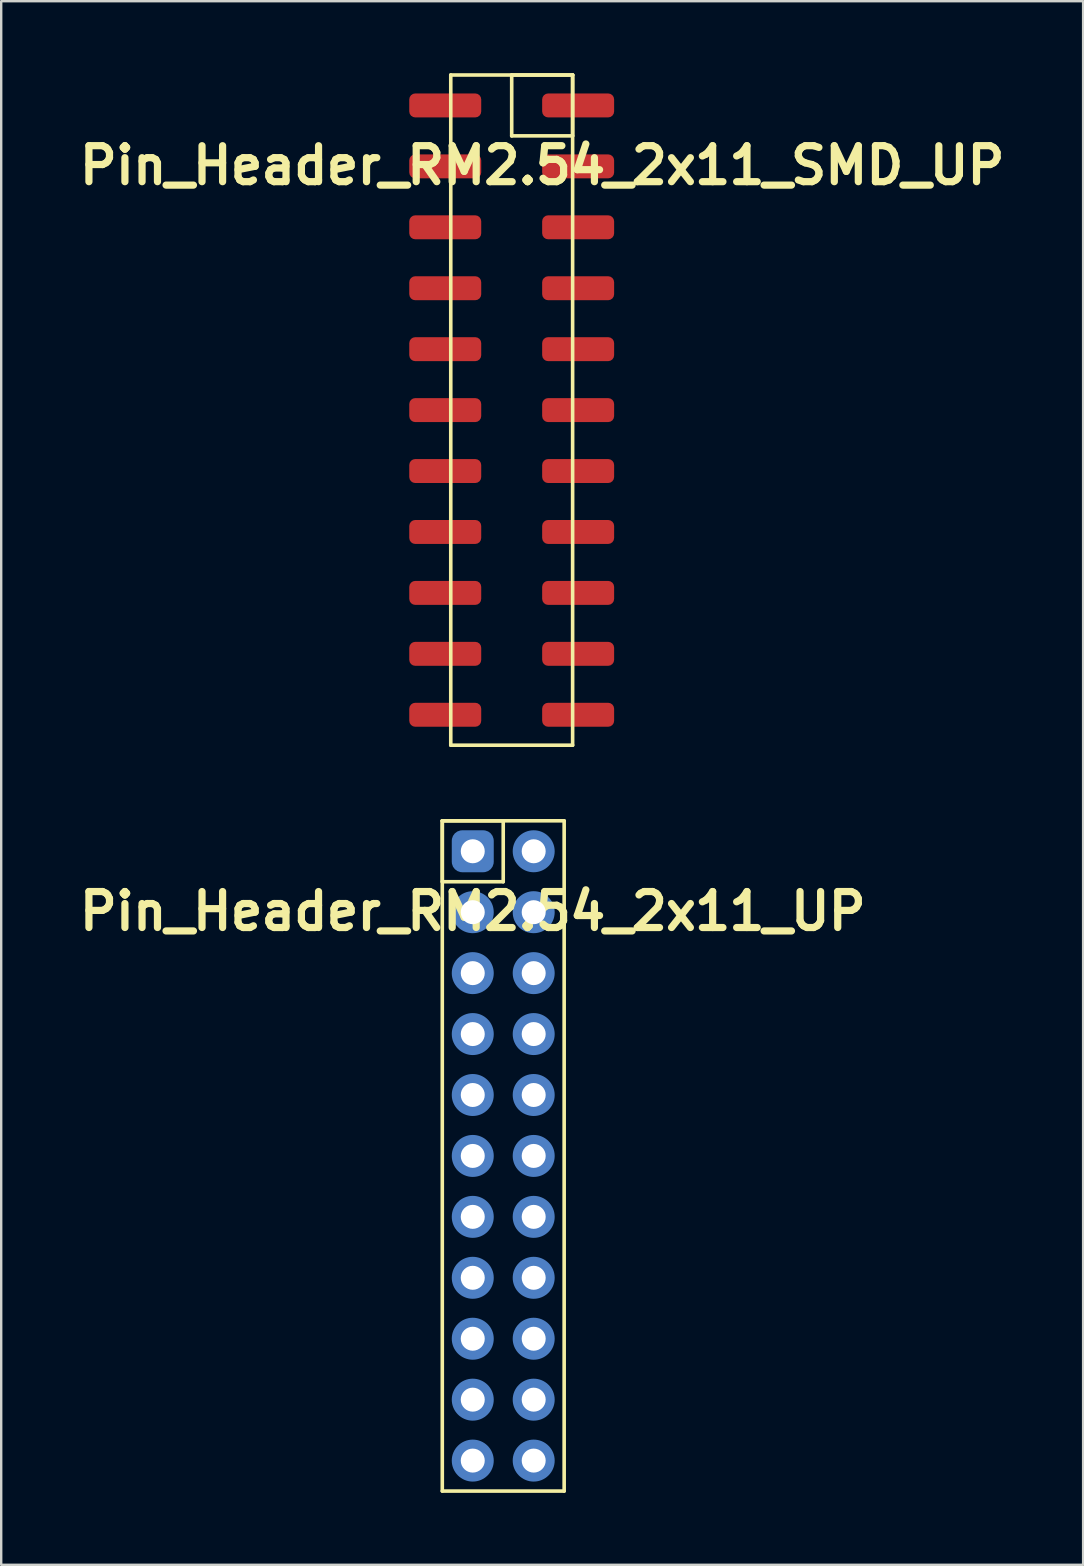
<source format=kicad_pcb>
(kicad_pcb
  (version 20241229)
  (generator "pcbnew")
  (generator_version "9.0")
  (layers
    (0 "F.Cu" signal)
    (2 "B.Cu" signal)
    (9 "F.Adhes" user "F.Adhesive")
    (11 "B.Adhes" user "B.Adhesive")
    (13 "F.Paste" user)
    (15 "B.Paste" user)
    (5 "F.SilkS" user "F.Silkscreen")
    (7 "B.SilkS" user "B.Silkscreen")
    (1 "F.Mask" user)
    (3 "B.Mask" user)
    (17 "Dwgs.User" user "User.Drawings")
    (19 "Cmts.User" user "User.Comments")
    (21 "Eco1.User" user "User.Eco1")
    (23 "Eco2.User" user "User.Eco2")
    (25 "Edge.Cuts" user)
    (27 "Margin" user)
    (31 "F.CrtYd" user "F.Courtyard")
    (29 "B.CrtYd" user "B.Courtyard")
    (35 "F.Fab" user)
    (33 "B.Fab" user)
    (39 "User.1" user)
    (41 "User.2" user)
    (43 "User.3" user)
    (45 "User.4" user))
  (footprint "Pin_Header_RM2.54_2x11_UP"
    (layer "F.Cu")
    (at 16.657 32.435)
    (property "Reference" "Pin_Header_RM2.54_2x11_UP" (at 0 2.5 0) (layer "F.SilkS") (effects (font (size 1.5 1.5) (thickness 0.3))))
    (attr through_hole)
    (fp_line (start -1.27 -1.27) (end 1.27 -1.27) (stroke (width 0.15) (type solid)) (layer "F.SilkS"))
    (fp_line (start -1.27 -1.27) (end 3.81 -1.27) (stroke (width 0.15) (type solid)) (layer "F.SilkS"))
    (fp_line (start -1.27 1.27) (end -1.27 -1.27) (stroke (width 0.15) (type solid)) (layer "F.SilkS"))
    (fp_line (start -1.27 26.67) (end -1.27 -1.27) (stroke (width 0.15) (type solid)) (layer "F.SilkS"))
    (fp_line (start 1.27 -1.27) (end 1.27 1.27) (stroke (width 0.15) (type solid)) (layer "F.SilkS"))
    (fp_line (start 1.27 1.27) (end -1.27 1.27) (stroke (width 0.15) (type solid)) (layer "F.SilkS"))
    (fp_line (start 3.81 -1.27) (end 3.81 26.67) (stroke (width 0.15) (type solid)) (layer "F.SilkS"))
    (fp_line (start 3.81 26.67) (end -1.27 26.67) (stroke (width 0.15) (type solid)) (layer "F.SilkS"))
    (pad "1" thru_hole circle (at 0 0) (size 1.3 1.3) (drill 1) (layers "*.Cu" "*.Mask"))
    (pad "1" smd roundrect (at 0 0) (size 1.75 1.75) (layers "B.Cu" "B.Mask") (roundrect_rratio 0.25))
    (pad "2" thru_hole circle (at 2.54 0) (size 1.3 1.3) (drill 1) (layers "*.Cu" "*.Mask"))
    (pad "2" smd circle (at 2.54 0) (size 1.75 1.75) (layers "B.Cu" "B.Mask"))
    (pad "3" thru_hole circle (at 0 2.54) (size 1.3 1.3) (drill 1) (layers "*.Cu" "*.Mask"))
    (pad "3" smd circle (at 0 2.54) (size 1.75 1.75) (layers "B.Cu" "B.Mask"))
    (pad "4" thru_hole circle (at 2.54 2.54) (size 1.3 1.3) (drill 1) (layers "*.Cu" "*.Mask"))
    (pad "4" smd circle (at 2.54 2.54) (size 1.75 1.75) (layers "B.Cu" "B.Mask"))
    (pad "5" thru_hole circle (at 0 5.08) (size 1.3 1.3) (drill 1) (layers "*.Cu" "*.Mask"))
    (pad "5" smd circle (at 0 5.08) (size 1.75 1.75) (layers "B.Cu" "B.Mask"))
    (pad "6" thru_hole circle (at 2.54 5.08) (size 1.3 1.3) (drill 1) (layers "*.Cu" "*.Mask"))
    (pad "6" smd circle (at 2.54 5.08) (size 1.75 1.75) (layers "B.Cu" "B.Mask"))
    (pad "7" thru_hole circle (at 0 7.62) (size 1.3 1.3) (drill 1) (layers "*.Cu" "*.Mask"))
    (pad "7" smd circle (at 0 7.62) (size 1.75 1.75) (layers "B.Cu" "B.Mask"))
    (pad "8" thru_hole circle (at 2.54 7.62) (size 1.3 1.3) (drill 1) (layers "*.Cu" "*.Mask"))
    (pad "8" smd circle (at 2.54 7.62) (size 1.75 1.75) (layers "B.Cu" "B.Mask"))
    (pad "9" thru_hole circle (at 0 10.16) (size 1.3 1.3) (drill 1) (layers "*.Cu" "*.Mask"))
    (pad "9" smd circle (at 0 10.16) (size 1.75 1.75) (layers "B.Cu" "B.Mask"))
    (pad "10" thru_hole circle (at 2.54 10.16) (size 1.3 1.3) (drill 1) (layers "*.Cu" "*.Mask"))
    (pad "10" smd circle (at 2.54 10.16) (size 1.75 1.75) (layers "B.Cu" "B.Mask"))
    (pad "11" thru_hole circle (at 0 12.7) (size 1.3 1.3) (drill 1) (layers "*.Cu" "*.Mask"))
    (pad "11" smd circle (at 0 12.7) (size 1.75 1.75) (layers "B.Cu" "B.Mask"))
    (pad "12" thru_hole circle (at 2.54 12.7) (size 1.3 1.3) (drill 1) (layers "*.Cu" "*.Mask"))
    (pad "12" smd circle (at 2.54 12.7) (size 1.75 1.75) (layers "B.Cu" "B.Mask"))
    (pad "13" thru_hole circle (at 0 15.24) (size 1.3 1.3) (drill 1) (layers "*.Cu" "*.Mask"))
    (pad "13" smd circle (at 0 15.24) (size 1.75 1.75) (layers "B.Cu" "B.Mask"))
    (pad "14" thru_hole circle (at 2.54 15.24) (size 1.3 1.3) (drill 1) (layers "*.Cu" "*.Mask"))
    (pad "14" smd circle (at 2.54 15.24) (size 1.75 1.75) (layers "B.Cu" "B.Mask"))
    (pad "15" thru_hole circle (at 0 17.78) (size 1.3 1.3) (drill 1) (layers "*.Cu" "*.Mask"))
    (pad "15" smd circle (at 0 17.78) (size 1.75 1.75) (layers "B.Cu" "B.Mask"))
    (pad "16" thru_hole circle (at 2.54 17.78) (size 1.3 1.3) (drill 1) (layers "*.Cu" "*.Mask"))
    (pad "16" smd circle (at 2.54 17.78) (size 1.75 1.75) (layers "B.Cu" "B.Mask"))
    (pad "17" thru_hole circle (at 0 20.32) (size 1.3 1.3) (drill 1) (layers "*.Cu" "*.Mask"))
    (pad "17" smd circle (at 0 20.32) (size 1.75 1.75) (layers "B.Cu" "B.Mask"))
    (pad "18" thru_hole circle (at 2.54 20.32) (size 1.3 1.3) (drill 1) (layers "*.Cu" "*.Mask"))
    (pad "18" smd circle (at 2.54 20.32) (size 1.75 1.75) (layers "B.Cu" "B.Mask"))
    (pad "19" thru_hole circle (at 0 22.86) (size 1.3 1.3) (drill 1) (layers "*.Cu" "*.Mask"))
    (pad "19" smd circle (at 0 22.86) (size 1.75 1.75) (layers "B.Cu" "B.Mask"))
    (pad "20" thru_hole circle (at 2.54 22.86) (size 1.3 1.3) (drill 1) (layers "*.Cu" "*.Mask"))
    (pad "20" smd circle (at 2.54 22.86) (size 1.75 1.75) (layers "B.Cu" "B.Mask"))
    (pad "21" thru_hole circle (at 0 25.4) (size 1.3 1.3) (drill 1) (layers "*.Cu" "*.Mask"))
    (pad "21" smd circle (at 0 25.4) (size 1.75 1.75) (layers "B.Cu" "B.Mask"))
    (pad "22" thru_hole circle (at 2.54 25.4) (size 1.3 1.3) (drill 1) (layers "*.Cu" "*.Mask"))
    (pad "22" smd circle (at 2.54 25.4) (size 1.75 1.75) (layers "B.Cu" "B.Mask")))
  (footprint "Pin_Header_RM2.54_2x11_SMD_UP"
    (layer "F.Cu")
    (at 19.55 1.345)
    (property "Reference" "Pin_Header_RM2.54_2x11_SMD_UP" (at 0 2.5 0) (layer "F.SilkS") (effects (font (size 1.5 1.5) (thickness 0.3))))
    (attr through_hole)
    (fp_line (start -3.81 -1.27) (end 1.27 -1.27) (stroke (width 0.15) (type solid)) (layer "F.SilkS"))
    (fp_line (start -3.81 26.67) (end -3.81 -1.27) (stroke (width 0.15) (type solid)) (layer "F.SilkS"))
    (fp_line (start -1.27 -1.27) (end 1.27 -1.27) (stroke (width 0.15) (type solid)) (layer "F.SilkS"))
    (fp_line (start -1.27 1.27) (end -1.27 -1.27) (stroke (width 0.15) (type solid)) (layer "F.SilkS"))
    (fp_line (start 1.27 -1.27) (end 1.27 1.27) (stroke (width 0.15) (type solid)) (layer "F.SilkS"))
    (fp_line (start 1.27 -1.27) (end 1.27 26.67) (stroke (width 0.15) (type solid)) (layer "F.SilkS"))
    (fp_line (start 1.27 1.27) (end -1.27 1.27) (stroke (width 0.15) (type solid)) (layer "F.SilkS"))
    (fp_line (start 1.27 26.67) (end -3.81 26.67) (stroke (width 0.15) (type solid)) (layer "F.SilkS"))
    (pad "1" smd roundrect (at 1.5 0) (size 3 1) (layers "F.Cu" "F.Mask") (roundrect_rratio 0.25))
    (pad "2" smd roundrect (at -4.04 0) (size 3 1) (layers "F.Cu" "F.Mask") (roundrect_rratio 0.25))
    (pad "3" smd roundrect (at 1.5 2.54) (size 3 1) (layers "F.Cu" "F.Mask") (roundrect_rratio 0.25))
    (pad "4" smd roundrect (at -4.04 2.54) (size 3 1) (layers "F.Cu" "F.Mask") (roundrect_rratio 0.25))
    (pad "5" smd roundrect (at 1.5 5.08) (size 3 1) (layers "F.Cu" "F.Mask") (roundrect_rratio 0.25))
    (pad "6" smd roundrect (at -4.04 5.08) (size 3 1) (layers "F.Cu" "F.Mask") (roundrect_rratio 0.25))
    (pad "7" smd roundrect (at 1.5 7.62) (size 3 1) (layers "F.Cu" "F.Mask") (roundrect_rratio 0.25))
    (pad "8" smd roundrect (at -4.04 7.62) (size 3 1) (layers "F.Cu" "F.Mask") (roundrect_rratio 0.25))
    (pad "9" smd roundrect (at 1.5 10.16) (size 3 1) (layers "F.Cu" "F.Mask") (roundrect_rratio 0.25))
    (pad "10" smd roundrect (at -4.04 10.16) (size 3 1) (layers "F.Cu" "F.Mask") (roundrect_rratio 0.25))
    (pad "11" smd roundrect (at 1.5 12.7) (size 3 1) (layers "F.Cu" "F.Mask") (roundrect_rratio 0.25))
    (pad "12" smd roundrect (at -4.04 12.7) (size 3 1) (layers "F.Cu" "F.Mask") (roundrect_rratio 0.25))
    (pad "13" smd roundrect (at 1.5 15.24) (size 3 1) (layers "F.Cu" "F.Mask") (roundrect_rratio 0.25))
    (pad "14" smd roundrect (at -4.04 15.24) (size 3 1) (layers "F.Cu" "F.Mask") (roundrect_rratio 0.25))
    (pad "15" smd roundrect (at 1.5 17.78) (size 3 1) (layers "F.Cu" "F.Mask") (roundrect_rratio 0.25))
    (pad "16" smd roundrect (at -4.04 17.78) (size 3 1) (layers "F.Cu" "F.Mask") (roundrect_rratio 0.25))
    (pad "17" smd roundrect (at 1.5 20.32) (size 3 1) (layers "F.Cu" "F.Mask") (roundrect_rratio 0.25))
    (pad "18" smd roundrect (at -4.04 20.32) (size 3 1) (layers "F.Cu" "F.Mask") (roundrect_rratio 0.25))
    (pad "19" smd roundrect (at 1.5 22.86) (size 3 1) (layers "F.Cu" "F.Mask") (roundrect_rratio 0.25))
    (pad "20" smd roundrect (at -4.04 22.86) (size 3 1) (layers "F.Cu" "F.Mask") (roundrect_rratio 0.25))
    (pad "21" smd roundrect (at 1.5 25.4) (size 3 1) (layers "F.Cu" "F.Mask") (roundrect_rratio 0.25))
    (pad "22" smd roundrect (at -4.04 25.4) (size 3 1) (layers "F.Cu" "F.Mask") (roundrect_rratio 0.25)))
  (gr_rect
    (start -3 -3)
    (end 42.1 62.18)
    (stroke (width 0.1) (type default))
    (fill no)
    (layer "Edge.Cuts")))
</source>
